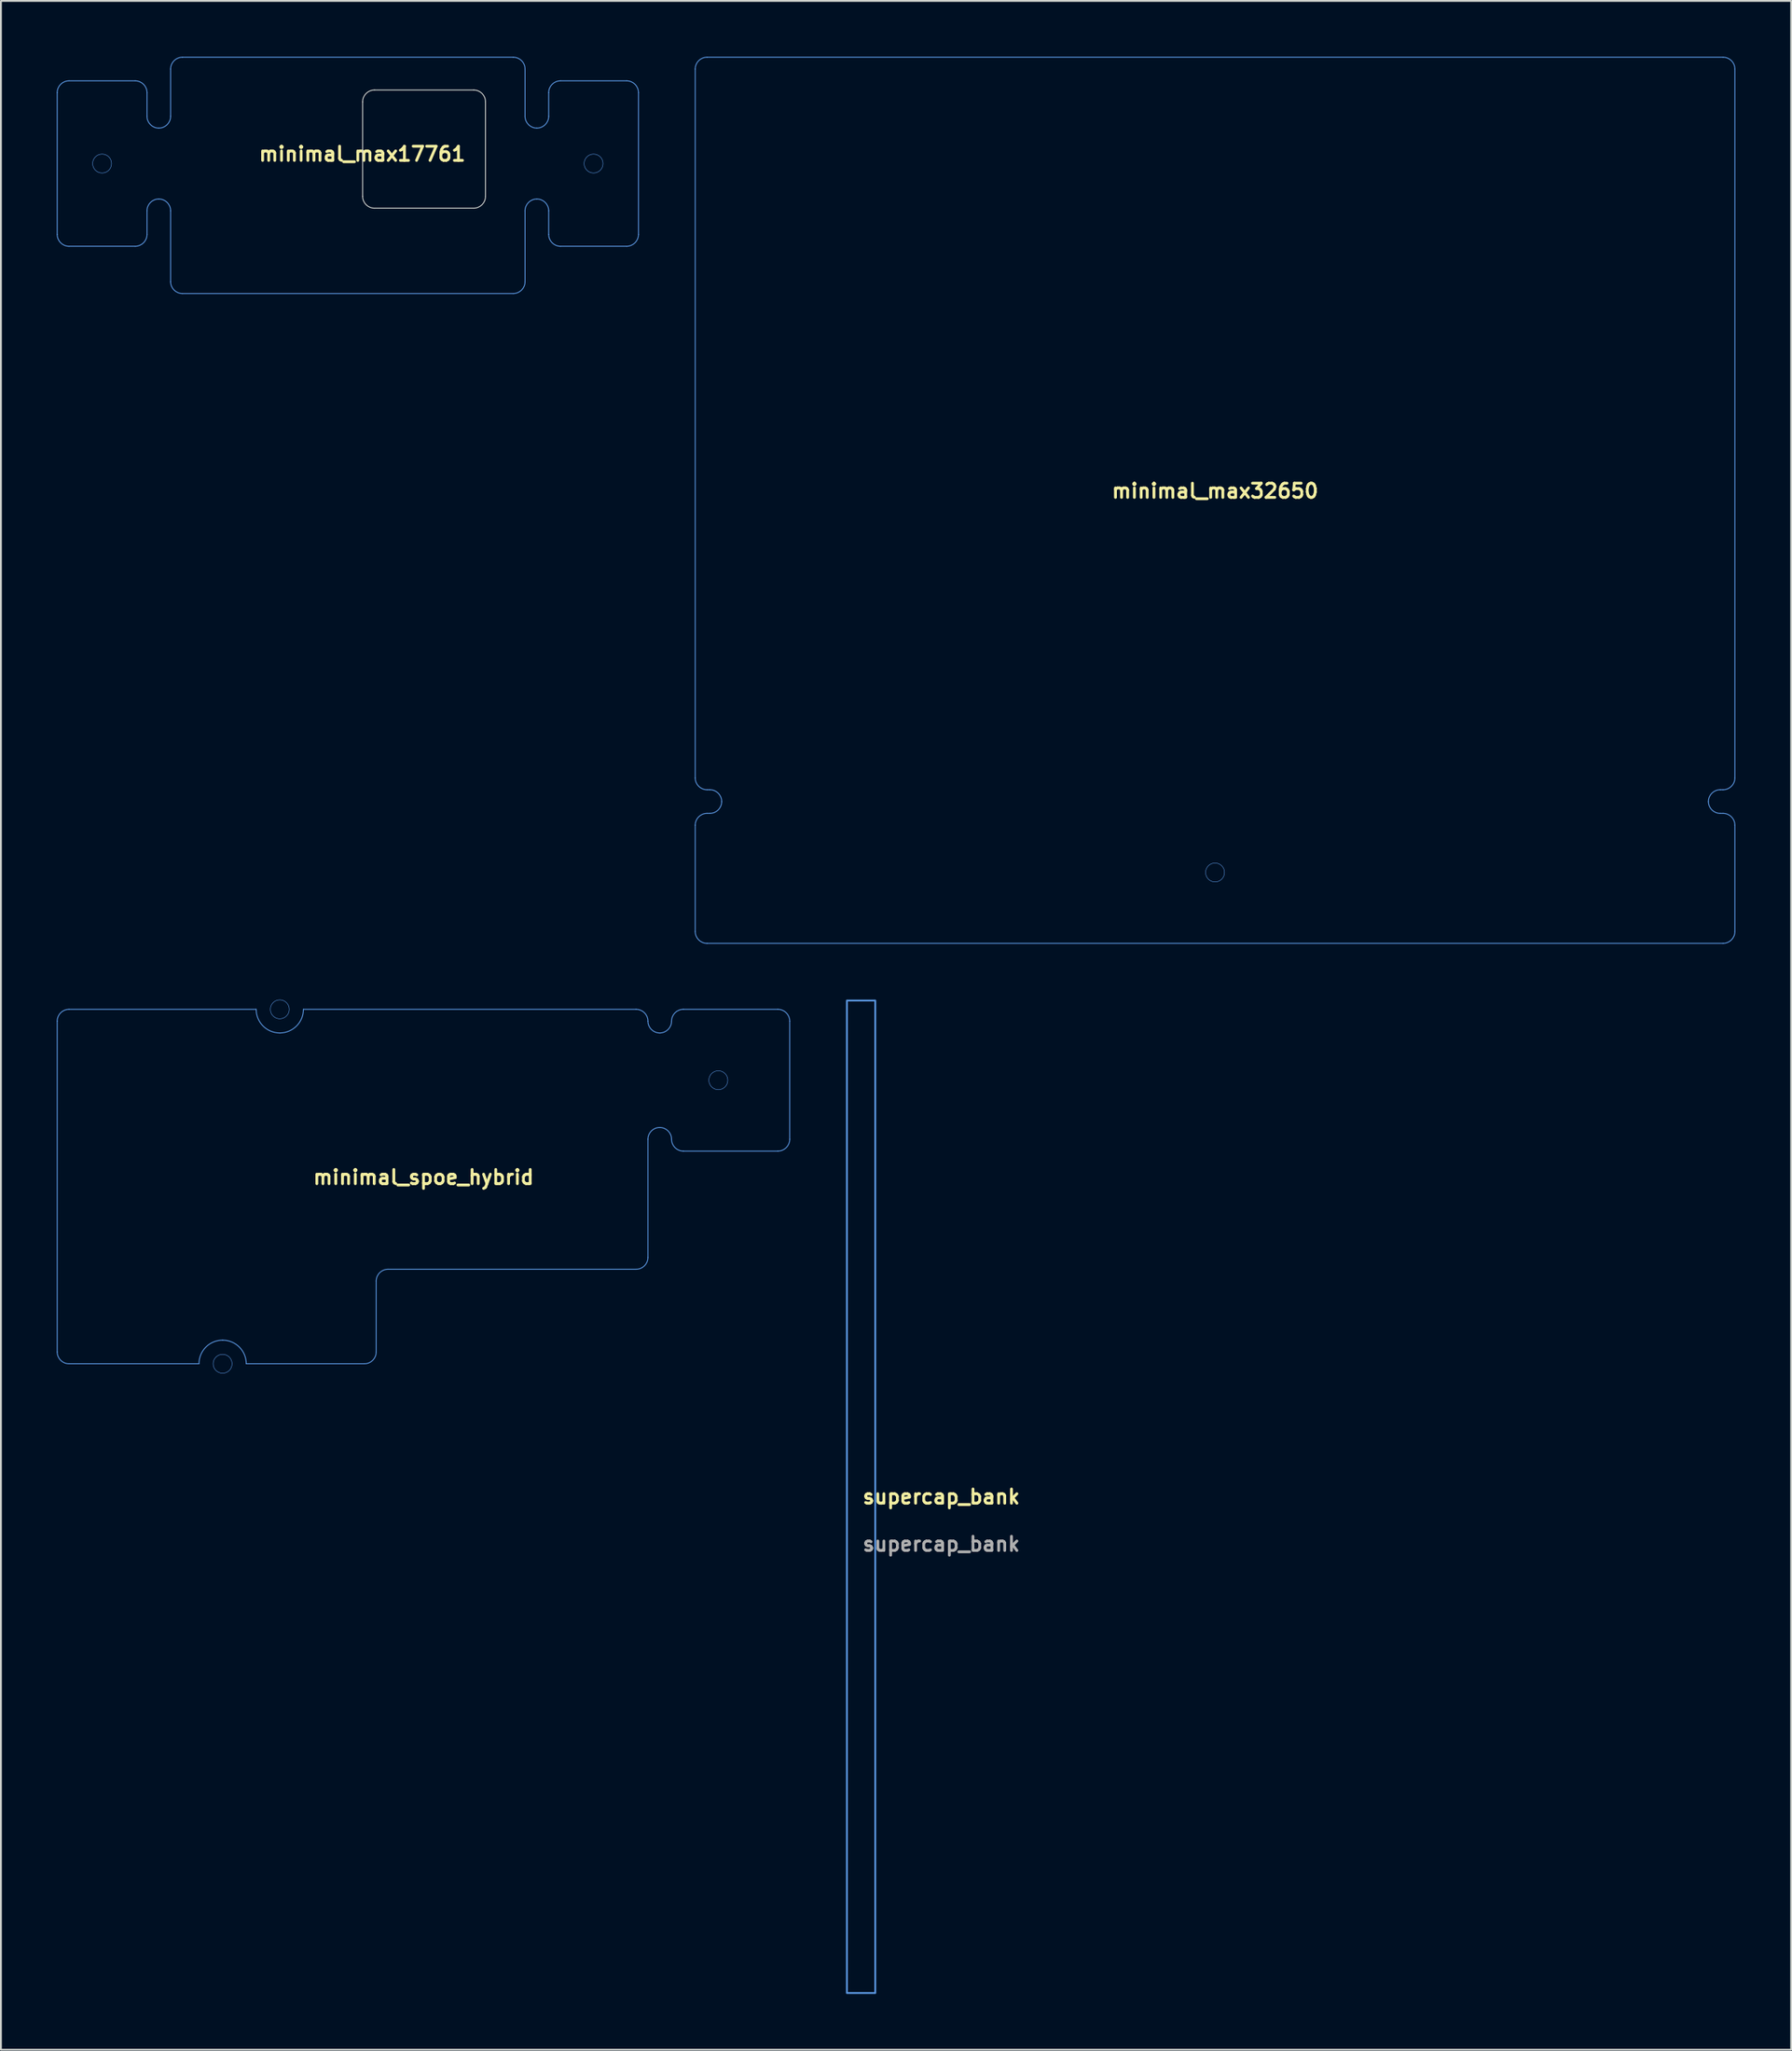
<source format=kicad_pcb>
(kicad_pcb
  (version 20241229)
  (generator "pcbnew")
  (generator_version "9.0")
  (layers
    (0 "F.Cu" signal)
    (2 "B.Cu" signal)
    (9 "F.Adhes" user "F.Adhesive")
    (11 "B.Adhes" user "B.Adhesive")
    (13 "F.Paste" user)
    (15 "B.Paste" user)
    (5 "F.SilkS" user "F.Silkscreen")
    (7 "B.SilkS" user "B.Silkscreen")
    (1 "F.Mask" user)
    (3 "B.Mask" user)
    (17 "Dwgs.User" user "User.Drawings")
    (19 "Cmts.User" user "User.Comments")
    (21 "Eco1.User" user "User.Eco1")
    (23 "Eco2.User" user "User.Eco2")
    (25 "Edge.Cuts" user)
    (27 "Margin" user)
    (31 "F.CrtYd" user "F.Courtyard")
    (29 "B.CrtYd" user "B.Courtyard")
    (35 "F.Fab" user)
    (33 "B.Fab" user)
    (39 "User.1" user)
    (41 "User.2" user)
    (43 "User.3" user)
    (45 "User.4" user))
  (footprint "minimal_max32650"
    (layer "F.Cu")
    (at 62.257 23.837)
    (property "Reference" "minimal_max32650" (at 0 -0.5 0) (unlocked yes) (layer "F.SilkS") (effects (font (size 0.762 0.762) (thickness 0.152) (bold yes))))
    (fp_line (start -27.94 14.922) (end -27.94 -23.177) (stroke (width 0.05) (type default)) (layer "Cmts.User"))
    (fp_line (start -27.94 23.177) (end -27.94 17.462) (stroke (width 0.05) (type default)) (layer "Cmts.User"))
    (fp_line (start -27.305 -23.812) (end 27.305 -23.812) (stroke (width 0.05) (type default)) (layer "Cmts.User"))
    (fp_line (start -27.305 15.557) (end -27.153 15.557) (stroke (width 0.05) (type default)) (layer "Cmts.User"))
    (fp_line (start -27.153 16.828) (end -27.305 16.828) (stroke (width 0.05) (type default)) (layer "Cmts.User"))
    (fp_line (start 27.153 15.557) (end 27.305 15.557) (stroke (width 0.05) (type default)) (layer "Cmts.User"))
    (fp_line (start 27.305 16.828) (end 27.153 16.828) (stroke (width 0.05) (type default)) (layer "Cmts.User"))
    (fp_line (start 27.305 23.812) (end -27.305 23.812) (stroke (width 0.05) (type default)) (layer "Cmts.User"))
    (fp_line (start 27.94 -23.177) (end 27.94 14.922) (stroke (width 0.05) (type default)) (layer "Cmts.User"))
    (fp_line (start 27.94 17.462) (end 27.94 23.177) (stroke (width 0.05) (type default)) (layer "Cmts.User"))
    (fp_arc (start -27.94 -23.1775) (mid -27.754013 -23.626513) (end -27.305 -23.8125) (stroke (width 0.05) (type default)) (layer "Cmts.User"))
    (fp_arc (start -27.94 17.4625) (mid -27.754013 17.013487) (end -27.305 16.8275) (stroke (width 0.05) (type default)) (layer "Cmts.User"))
    (fp_arc (start -27.305 15.5575) (mid -27.754013 15.371513) (end -27.94 14.9225) (stroke (width 0.05) (type default)) (layer "Cmts.User"))
    (fp_arc (start -27.305 23.8125) (mid -27.754013 23.626513) (end -27.94 23.1775) (stroke (width 0.05) (type default)) (layer "Cmts.User"))
    (fp_arc (start -27.1526 15.5575) (mid -26.703587 15.743487) (end -26.5176 16.1925) (stroke (width 0.05) (type default)) (layer "Cmts.User"))
    (fp_arc (start -26.5176 16.1925) (mid -26.703587 16.641513) (end -27.1526 16.8275) (stroke (width 0.05) (type default)) (layer "Cmts.User"))
    (fp_arc (start 26.5176 16.1925) (mid 26.703587 15.743487) (end 27.1526 15.5575) (stroke (width 0.05) (type default)) (layer "Cmts.User"))
    (fp_arc (start 27.1526 16.8275) (mid 26.703587 16.641513) (end 26.5176 16.1925) (stroke (width 0.05) (type default)) (layer "Cmts.User"))
    (fp_arc (start 27.305 -23.8125) (mid 27.754013 -23.626513) (end 27.94 -23.1775) (stroke (width 0.05) (type default)) (layer "Cmts.User"))
    (fp_arc (start 27.305 16.8275) (mid 27.754013 17.013487) (end 27.94 17.4625) (stroke (width 0.05) (type default)) (layer "Cmts.User"))
    (fp_arc (start 27.94 14.9225) (mid 27.754013 15.371513) (end 27.305 15.5575) (stroke (width 0.05) (type default)) (layer "Cmts.User"))
    (fp_arc (start 27.94 23.1775) (mid 27.754013 23.626513) (end 27.305 23.8125) (stroke (width 0.05) (type default)) (layer "Cmts.User"))
    (fp_circle (center 0 20.003) (end 0.508 20.003) (stroke (width 0.025) (type default)) (fill no) (layer "Cmts.User")))
  (footprint "supercap_bank"
    (layer "F.Cu")
    (at 43.232 77.395)
    (property "Reference" "supercap_bank" (at 0 0 0) (unlocked yes) (layer "F.SilkS") (effects (font (size 0.762 0.762) (thickness 0.152) (bold yes)) (justify left)))
    (fp_rect (start -0.762 -26.67) (end 0.762 26.67) (stroke (width 0.1) (type solid)) (fill no) (layer "Cmts.User"))
    (fp_text user "${REFERENCE}" (at 0 2.54 0) (unlocked yes) (layer "F.Fab") (effects (font (size 0.762 0.762) (thickness 0.152) (bold yes)) (justify left))))
  (footprint "minimal_max17761"
    (layer "F.Cu")
    (at 15.646 6.375)
    (property "Reference" "minimal_max17761" (at 0.772 -1.15 0) (unlocked yes) (layer "F.SilkS") (effects (font (size 0.762 0.762) (thickness 0.152) (bold yes))))
    (fp_line (start -15.621 3.175) (end -15.621 -4.445) (stroke (width 0.05) (type default)) (layer "Cmts.User"))
    (fp_line (start -14.986 -5.08) (end -11.43 -5.08) (stroke (width 0.05) (type default)) (layer "Cmts.User"))
    (fp_line (start -11.43 3.81) (end -14.986 3.81) (stroke (width 0.05) (type default)) (layer "Cmts.User"))
    (fp_line (start -10.795 -4.445) (end -10.795 -3.175) (stroke (width 0.05) (type default)) (layer "Cmts.User"))
    (fp_line (start -10.795 1.905) (end -10.795 3.175) (stroke (width 0.05) (type default)) (layer "Cmts.User"))
    (fp_line (start -9.525 -3.175) (end -9.525 -5.715) (stroke (width 0.05) (type default)) (layer "Cmts.User"))
    (fp_line (start -9.525 5.715) (end -9.525 1.905) (stroke (width 0.05) (type default)) (layer "Cmts.User"))
    (fp_line (start -8.89 -6.35) (end 8.89 -6.35) (stroke (width 0.05) (type default)) (layer "Cmts.User"))
    (fp_line (start 8.89 6.35) (end -8.89 6.35) (stroke (width 0.05) (type default)) (layer "Cmts.User"))
    (fp_line (start 9.525 -5.715) (end 9.525 -3.175) (stroke (width 0.05) (type default)) (layer "Cmts.User"))
    (fp_line (start 9.525 1.905) (end 9.525 5.715) (stroke (width 0.05) (type default)) (layer "Cmts.User"))
    (fp_line (start 10.795 -4.445) (end 10.795 -3.175) (stroke (width 0.05) (type default)) (layer "Cmts.User"))
    (fp_line (start 10.795 1.905) (end 10.795 3.175) (stroke (width 0.05) (type default)) (layer "Cmts.User"))
    (fp_line (start 11.43 3.81) (end 14.986 3.81) (stroke (width 0.05) (type default)) (layer "Cmts.User"))
    (fp_line (start 14.986 -5.08) (end 11.43 -5.08) (stroke (width 0.05) (type default)) (layer "Cmts.User"))
    (fp_line (start 15.621 3.175) (end 15.621 -4.445) (stroke (width 0.05) (type default)) (layer "Cmts.User"))
    (fp_arc (start -15.62138 -4.44524) (mid -15.435393 -4.894253) (end -14.98638 -5.08024) (stroke (width 0.05) (type default)) (layer "Cmts.User"))
    (fp_arc (start -14.98638 3.80976) (mid -15.435393 3.623773) (end -15.62138 3.17476) (stroke (width 0.05) (type default)) (layer "Cmts.User"))
    (fp_arc (start -11.43038 -5.08024) (mid -10.981367 -4.894253) (end -10.79538 -4.44524) (stroke (width 0.05) (type default)) (layer "Cmts.User"))
    (fp_arc (start -10.79538 1.90476) (mid -10.609393 1.455747) (end -10.16038 1.26976) (stroke (width 0.05) (type default)) (layer "Cmts.User"))
    (fp_arc (start -10.79538 3.17476) (mid -10.981367 3.623773) (end -11.43038 3.80976) (stroke (width 0.05) (type default)) (layer "Cmts.User"))
    (fp_arc (start -10.16038 -2.54024) (mid -10.609393 -2.726227) (end -10.79538 -3.17524) (stroke (width 0.05) (type default)) (layer "Cmts.User"))
    (fp_arc (start -10.16038 1.26976) (mid -9.711367 1.455747) (end -9.52538 1.90476) (stroke (width 0.05) (type default)) (layer "Cmts.User"))
    (fp_arc (start -9.52538 -5.71524) (mid -9.339393 -6.164253) (end -8.89038 -6.35024) (stroke (width 0.05) (type default)) (layer "Cmts.User"))
    (fp_arc (start -9.52538 -3.17524) (mid -9.711367 -2.726227) (end -10.16038 -2.54024) (stroke (width 0.05) (type default)) (layer "Cmts.User"))
    (fp_arc (start -8.89038 6.34976) (mid -9.339393 6.163773) (end -9.52538 5.71476) (stroke (width 0.05) (type default)) (layer "Cmts.User"))
    (fp_arc (start 8.88962 -6.35024) (mid 9.338633 -6.164253) (end 9.52462 -5.71524) (stroke (width 0.05) (type default)) (layer "Cmts.User"))
    (fp_arc (start 9.52462 1.90476) (mid 9.710607 1.455747) (end 10.15962 1.26976) (stroke (width 0.05) (type default)) (layer "Cmts.User"))
    (fp_arc (start 9.52462 5.71476) (mid 9.338633 6.163773) (end 8.88962 6.34976) (stroke (width 0.05) (type default)) (layer "Cmts.User"))
    (fp_arc (start 10.15962 -2.54024) (mid 9.710607 -2.726227) (end 9.52462 -3.17524) (stroke (width 0.05) (type default)) (layer "Cmts.User"))
    (fp_arc (start 10.15962 1.26976) (mid 10.608633 1.455747) (end 10.79462 1.90476) (stroke (width 0.05) (type default)) (layer "Cmts.User"))
    (fp_arc (start 10.79462 -4.44524) (mid 10.980607 -4.894253) (end 11.42962 -5.08024) (stroke (width 0.05) (type default)) (layer "Cmts.User"))
    (fp_arc (start 10.79462 -3.17524) (mid 10.608633 -2.726227) (end 10.15962 -2.54024) (stroke (width 0.05) (type default)) (layer "Cmts.User"))
    (fp_arc (start 11.42962 3.80976) (mid 10.980607 3.623773) (end 10.79462 3.17476) (stroke (width 0.05) (type default)) (layer "Cmts.User"))
    (fp_arc (start 14.98562 -5.08024) (mid 15.434633 -4.894253) (end 15.62062 -4.44524) (stroke (width 0.05) (type default)) (layer "Cmts.User"))
    (fp_arc (start 15.62062 3.17476) (mid 15.434633 3.623773) (end 14.98562 3.80976) (stroke (width 0.05) (type default)) (layer "Cmts.User"))
    (fp_circle (center -13.208 -0.635) (end -12.7 -0.635) (stroke (width 0.025) (type default)) (fill no) (layer "Cmts.User"))
    (fp_circle (center 13.208 -0.635) (end 13.716 -0.635) (stroke (width 0.025) (type default)) (fill no) (layer "Cmts.User"))
    (fp_line (start 0.795 1.128) (end 0.795 -3.952) (stroke (width 0.05) (type solid)) (layer "Edge.Cuts"))
    (fp_line (start 1.43 -4.587) (end 6.764 -4.587) (stroke (width 0.05) (type solid)) (layer "Edge.Cuts"))
    (fp_line (start 6.764 1.763) (end 1.43 1.763) (stroke (width 0.05) (type solid)) (layer "Edge.Cuts"))
    (fp_line (start 7.399 -3.952) (end 7.399 1.128) (stroke (width 0.05) (type solid)) (layer "Edge.Cuts"))
    (fp_arc (start 0.79502 -3.95224) (mid 0.981007 -4.401253) (end 1.43002 -4.58724) (stroke (width 0.05) (type solid)) (layer "Edge.Cuts"))
    (fp_arc (start 1.43002 1.76276) (mid 0.981007 1.576773) (end 0.79502 1.12776) (stroke (width 0.05) (type solid)) (layer "Edge.Cuts"))
    (fp_arc (start 6.76402 -4.58724) (mid 7.213033 -4.401253) (end 7.39902 -3.95224) (stroke (width 0.05) (type solid)) (layer "Edge.Cuts"))
    (fp_arc (start 7.39902 1.12776) (mid 7.213033 1.576773) (end 6.76402 1.76276) (stroke (width 0.05) (type solid)) (layer "Edge.Cuts")))
  (footprint "minimal_spoe_hybrid"
    (layer "F.Cu")
    (at 19.71 60.721)
    (property "Reference" "minimal_spoe_hybrid" (at 0.003 -0.5 0) (unlocked yes) (layer "F.SilkS") (effects (font (size 0.762 0.762) (thickness 0.152) (bold yes))))
    (fp_line (start -19.685 8.89) (end -19.685 -8.89) (stroke (width 0.05) (type default)) (layer "Cmts.User"))
    (fp_line (start -19.05 -9.525) (end -8.992 -9.525) (stroke (width 0.05) (type default)) (layer "Cmts.User"))
    (fp_line (start -12.065 9.525) (end -19.05 9.525) (stroke (width 0.05) (type default)) (layer "Cmts.User"))
    (fp_line (start -6.452 -9.525) (end 11.43 -9.525) (stroke (width 0.05) (type default)) (layer "Cmts.User"))
    (fp_line (start -3.175 9.525) (end -9.525 9.525) (stroke (width 0.05) (type default)) (layer "Cmts.User"))
    (fp_line (start -2.54 5.08) (end -2.54 8.89) (stroke (width 0.05) (type default)) (layer "Cmts.User"))
    (fp_line (start 11.43 4.445) (end -1.905 4.445) (stroke (width 0.05) (type default)) (layer "Cmts.User"))
    (fp_line (start 12.065 3.81) (end 12.065 -2.54) (stroke (width 0.05) (type default)) (layer "Cmts.User"))
    (fp_line (start 13.97 -9.525) (end 19.05 -9.525) (stroke (width 0.05) (type default)) (layer "Cmts.User"))
    (fp_line (start 19.05 -1.905) (end 13.97 -1.905) (stroke (width 0.05) (type default)) (layer "Cmts.User"))
    (fp_line (start 19.685 -8.89) (end 19.685 -2.54) (stroke (width 0.05) (type default)) (layer "Cmts.User"))
    (fp_arc (start -19.685 -8.89) (mid -19.499013 -9.339013) (end -19.05 -9.525) (stroke (width 0.05) (type default)) (layer "Cmts.User"))
    (fp_arc (start -19.05 9.525) (mid -19.499013 9.339013) (end -19.685 8.89) (stroke (width 0.05) (type default)) (layer "Cmts.User"))
    (fp_arc (start -12.065 9.525) (mid -11.693026 8.626974) (end -10.795 8.255) (stroke (width 0.05) (type default)) (layer "Cmts.User"))
    (fp_arc (start -10.795 8.255) (mid -9.896974 8.626974) (end -9.525 9.525) (stroke (width 0.05) (type default)) (layer "Cmts.User"))
    (fp_arc (start -7.7216 -8.255) (mid -8.619626 -8.626974) (end -8.9916 -9.525) (stroke (width 0.05) (type default)) (layer "Cmts.User"))
    (fp_arc (start -6.4516 -9.525) (mid -6.823574 -8.626974) (end -7.7216 -8.255) (stroke (width 0.05) (type default)) (layer "Cmts.User"))
    (fp_arc (start -2.54 5.08) (mid -2.354013 4.630987) (end -1.905 4.445) (stroke (width 0.05) (type default)) (layer "Cmts.User"))
    (fp_arc (start -2.54 8.89) (mid -2.725987 9.339013) (end -3.175 9.525) (stroke (width 0.05) (type default)) (layer "Cmts.User"))
    (fp_arc (start 11.43 -9.525) (mid 11.879013 -9.339013) (end 12.065 -8.89) (stroke (width 0.05) (type default)) (layer "Cmts.User"))
    (fp_arc (start 12.065 -2.54) (mid 12.250987 -2.989013) (end 12.7 -3.175) (stroke (width 0.05) (type default)) (layer "Cmts.User"))
    (fp_arc (start 12.065 3.81) (mid 11.879013 4.259013) (end 11.43 4.445) (stroke (width 0.05) (type default)) (layer "Cmts.User"))
    (fp_arc (start 12.7 -8.255) (mid 12.250987 -8.440987) (end 12.065 -8.89) (stroke (width 0.05) (type default)) (layer "Cmts.User"))
    (fp_arc (start 12.7 -3.175) (mid 13.149013 -2.989013) (end 13.335 -2.54) (stroke (width 0.05) (type default)) (layer "Cmts.User"))
    (fp_arc (start 13.335 -8.89) (mid 13.149013 -8.440987) (end 12.7 -8.255) (stroke (width 0.05) (type default)) (layer "Cmts.User"))
    (fp_arc (start 13.335 -8.89) (mid 13.520987 -9.339013) (end 13.97 -9.525) (stroke (width 0.05) (type default)) (layer "Cmts.User"))
    (fp_arc (start 13.97 -1.905) (mid 13.520987 -2.090987) (end 13.335 -2.54) (stroke (width 0.05) (type default)) (layer "Cmts.User"))
    (fp_arc (start 19.05 -9.525) (mid 19.499013 -9.339013) (end 19.685 -8.89) (stroke (width 0.05) (type default)) (layer "Cmts.User"))
    (fp_arc (start 19.685 -2.54) (mid 19.499013 -2.090987) (end 19.05 -1.905) (stroke (width 0.05) (type default)) (layer "Cmts.User"))
    (fp_circle (center -10.795 9.525) (end -10.287 9.525) (stroke (width 0.025) (type default)) (fill no) (layer "Cmts.User"))
    (fp_circle (center -7.722 -9.525) (end -7.214 -9.525) (stroke (width 0.025) (type default)) (fill no) (layer "Cmts.User"))
    (fp_circle (center 15.85 -5.715) (end 16.358 -5.715) (stroke (width 0.025) (type default)) (fill no) (layer "Cmts.User")))
  (gr_rect
    (start -3 -3)
    (end 93.222 107.115)
    (stroke (width 0.1) (type default))
    (fill no)
    (layer "Edge.Cuts")))
</source>
